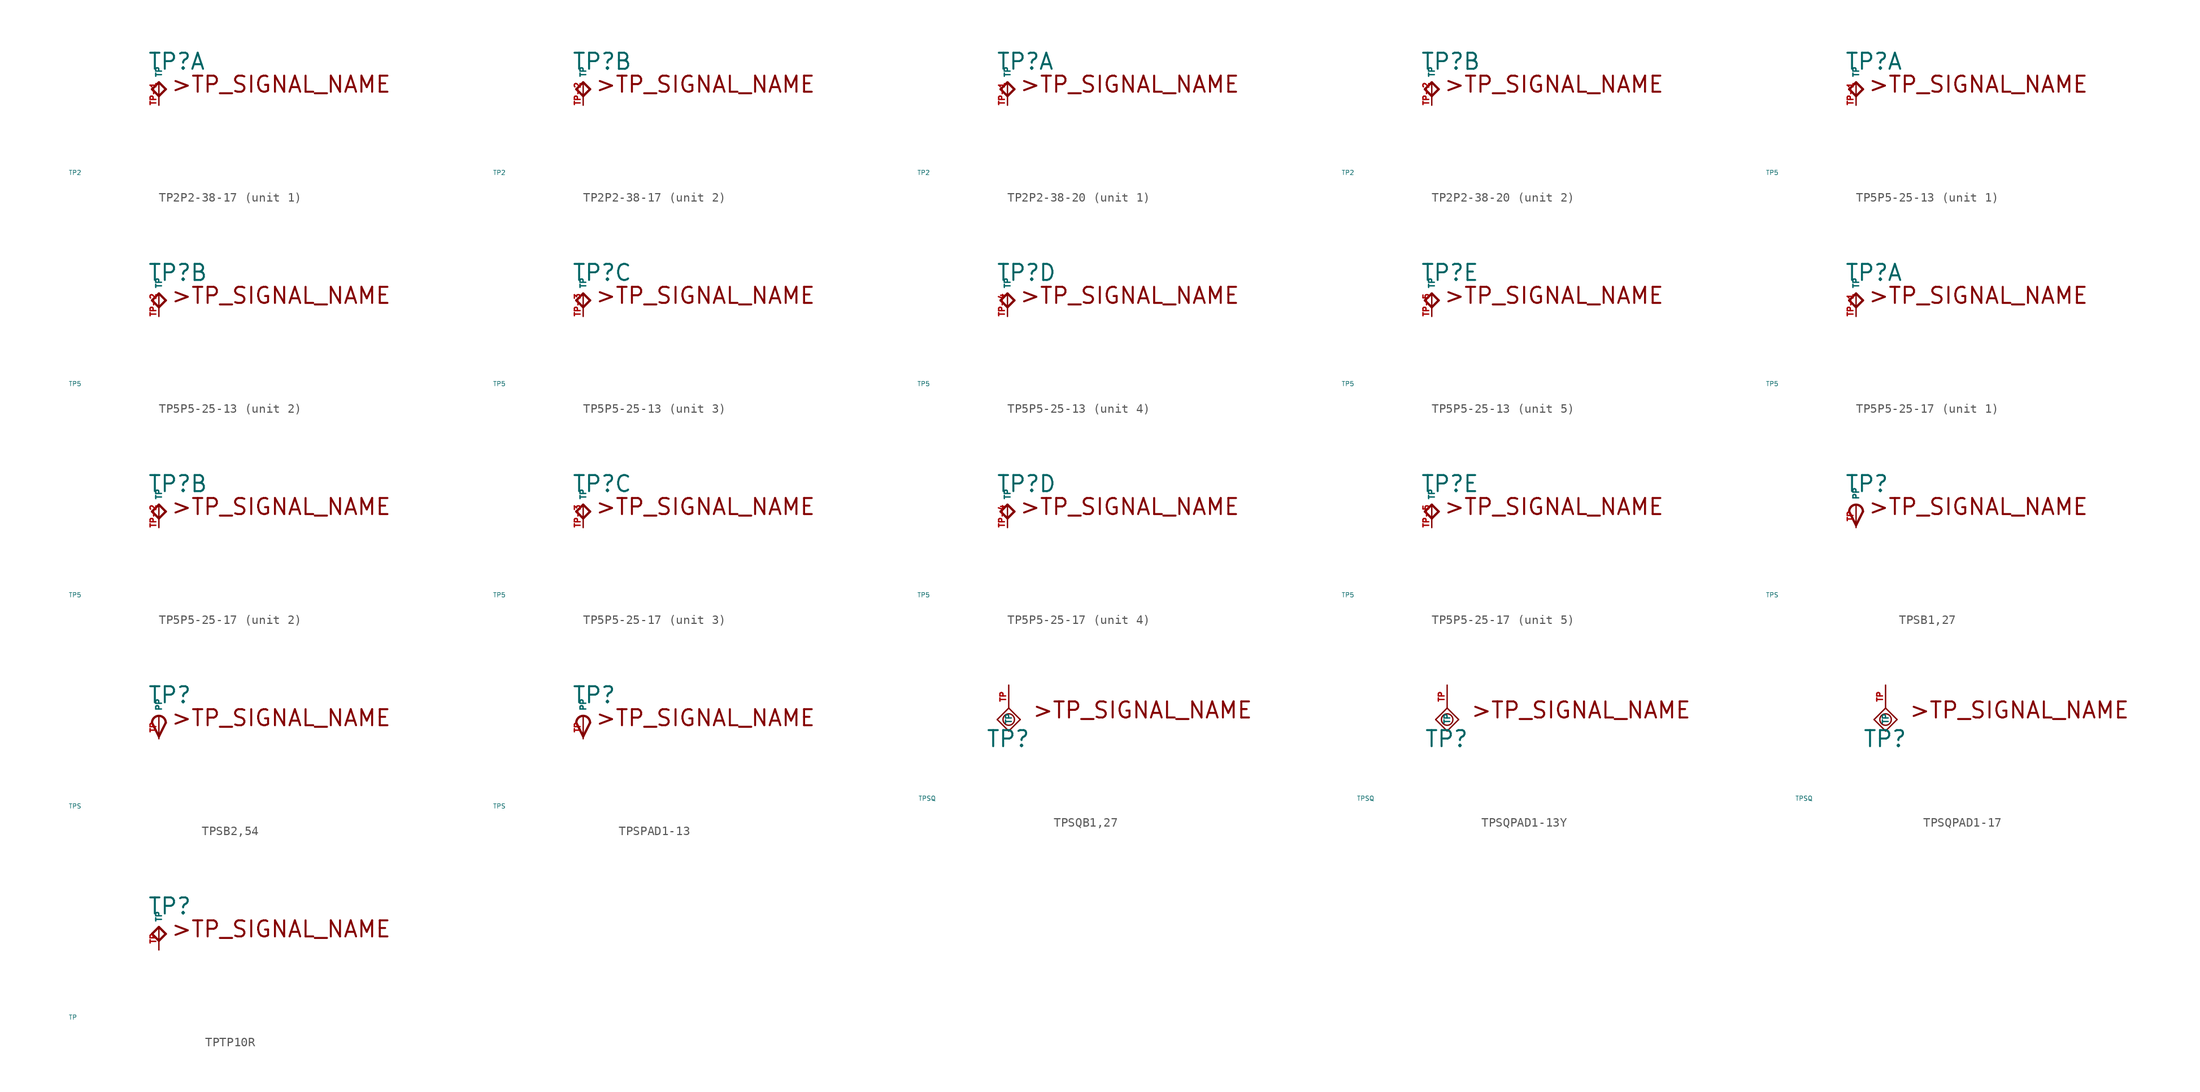
<source format=kicad_sym>
(kicad_symbol_lib
  (version 20220914)
  (generator Eagle2Kicad)
  (symbol "TP2P2-38-17"
    (property "Reference" "TP"
      (at -1.27 1.27 0)
      (effects (font (size 1.778 1.778) (thickness 0.22)) (justify left bottom)))
    (property "Value" "TP2"
      (at -10 -10 0)
      (effects (font (size 0.5 0.5) (thickness 0.06)) (justify left)))
    (symbol "TP2P2-38-17_1_0"
      (polyline (pts (xy -0.762 -0.762) (xy 0 0)) (stroke (width 0.254) (type default)) (fill (type none)))
      (polyline (pts (xy 0 0) (xy 0.762 -0.762)) (stroke (width 0.254) (type default)) (fill (type none)))
      (polyline (pts (xy 0.762 -0.762) (xy 0 -1.524)) (stroke (width 0.254) (type default)) (fill (type none)))
      (polyline (pts (xy 0 -1.524) (xy -0.762 -0.762)) (stroke (width 0.254) (type default)) (fill (type none)))
      (text ">TP_SIGNAL_NAME" (at 1.27 -1.27 0) (effects (font (size 1.778 1.778) (thickness 0.22)) (justify left bottom)))
      (pin input line (at 0 -2.54 90) (length 2.54) (name "TP" (effects (font (size 0.635 0.635) (thickness 0.08)) (justify left bottom))) (number "TP-1" (effects (font (size 0.635 0.635) (thickness 0.08)) (justify left bottom)))))
    (symbol "TP2P2-38-17_2_0"
      (polyline (pts (xy -0.762 -0.762) (xy 0 0)) (stroke (width 0.254) (type default)) (fill (type none)))
      (polyline (pts (xy 0 0) (xy 0.762 -0.762)) (stroke (width 0.254) (type default)) (fill (type none)))
      (polyline (pts (xy 0.762 -0.762) (xy 0 -1.524)) (stroke (width 0.254) (type default)) (fill (type none)))
      (polyline (pts (xy 0 -1.524) (xy -0.762 -0.762)) (stroke (width 0.254) (type default)) (fill (type none)))
      (text ">TP_SIGNAL_NAME" (at 1.27 -1.27 0) (effects (font (size 1.778 1.778) (thickness 0.22)) (justify left bottom)))
      (pin input line (at 0 -2.54 90) (length 2.54) (name "TP" (effects (font (size 0.635 0.635) (thickness 0.08)) (justify left bottom))) (number "TP-2" (effects (font (size 0.635 0.635) (thickness 0.08)) (justify left bottom))))))
  (symbol "TP2P2-38-20"
    (property "Reference" "TP"
      (at -1.27 1.27 0)
      (effects (font (size 1.778 1.778) (thickness 0.22)) (justify left bottom)))
    (property "Value" "TP2"
      (at -10 -10 0)
      (effects (font (size 0.5 0.5) (thickness 0.06)) (justify left)))
    (symbol "TP2P2-38-20_1_0"
      (polyline (pts (xy -0.762 -0.762) (xy 0 0)) (stroke (width 0.254) (type default)) (fill (type none)))
      (polyline (pts (xy 0 0) (xy 0.762 -0.762)) (stroke (width 0.254) (type default)) (fill (type none)))
      (polyline (pts (xy 0.762 -0.762) (xy 0 -1.524)) (stroke (width 0.254) (type default)) (fill (type none)))
      (polyline (pts (xy 0 -1.524) (xy -0.762 -0.762)) (stroke (width 0.254) (type default)) (fill (type none)))
      (text ">TP_SIGNAL_NAME" (at 1.27 -1.27 0) (effects (font (size 1.778 1.778) (thickness 0.22)) (justify left bottom)))
      (pin input line (at 0 -2.54 90) (length 2.54) (name "TP" (effects (font (size 0.635 0.635) (thickness 0.08)) (justify left bottom))) (number "TP-1" (effects (font (size 0.635 0.635) (thickness 0.08)) (justify left bottom)))))
    (symbol "TP2P2-38-20_2_0"
      (polyline (pts (xy -0.762 -0.762) (xy 0 0)) (stroke (width 0.254) (type default)) (fill (type none)))
      (polyline (pts (xy 0 0) (xy 0.762 -0.762)) (stroke (width 0.254) (type default)) (fill (type none)))
      (polyline (pts (xy 0.762 -0.762) (xy 0 -1.524)) (stroke (width 0.254) (type default)) (fill (type none)))
      (polyline (pts (xy 0 -1.524) (xy -0.762 -0.762)) (stroke (width 0.254) (type default)) (fill (type none)))
      (text ">TP_SIGNAL_NAME" (at 1.27 -1.27 0) (effects (font (size 1.778 1.778) (thickness 0.22)) (justify left bottom)))
      (pin input line (at 0 -2.54 90) (length 2.54) (name "TP" (effects (font (size 0.635 0.635) (thickness 0.08)) (justify left bottom))) (number "TP-2" (effects (font (size 0.635 0.635) (thickness 0.08)) (justify left bottom))))))
  (symbol "TP5P5-25-13"
    (property "Reference" "TP"
      (at -1.27 1.27 0)
      (effects (font (size 1.778 1.778) (thickness 0.22)) (justify left bottom)))
    (property "Value" "TP5"
      (at -10 -10 0)
      (effects (font (size 0.5 0.5) (thickness 0.06)) (justify left)))
    (symbol "TP5P5-25-13_1_0"
      (polyline (pts (xy -0.762 -0.762) (xy 0 0)) (stroke (width 0.254) (type default)) (fill (type none)))
      (polyline (pts (xy 0 0) (xy 0.762 -0.762)) (stroke (width 0.254) (type default)) (fill (type none)))
      (polyline (pts (xy 0.762 -0.762) (xy 0 -1.524)) (stroke (width 0.254) (type default)) (fill (type none)))
      (polyline (pts (xy 0 -1.524) (xy -0.762 -0.762)) (stroke (width 0.254) (type default)) (fill (type none)))
      (text ">TP_SIGNAL_NAME" (at 1.27 -1.27 0) (effects (font (size 1.778 1.778) (thickness 0.22)) (justify left bottom)))
      (pin input line (at 0 -2.54 90) (length 2.54) (name "TP" (effects (font (size 0.635 0.635) (thickness 0.08)) (justify left bottom))) (number "TP-1" (effects (font (size 0.635 0.635) (thickness 0.08)) (justify left bottom)))))
    (symbol "TP5P5-25-13_2_0"
      (polyline (pts (xy -0.762 -0.762) (xy 0 0)) (stroke (width 0.254) (type default)) (fill (type none)))
      (polyline (pts (xy 0 0) (xy 0.762 -0.762)) (stroke (width 0.254) (type default)) (fill (type none)))
      (polyline (pts (xy 0.762 -0.762) (xy 0 -1.524)) (stroke (width 0.254) (type default)) (fill (type none)))
      (polyline (pts (xy 0 -1.524) (xy -0.762 -0.762)) (stroke (width 0.254) (type default)) (fill (type none)))
      (text ">TP_SIGNAL_NAME" (at 1.27 -1.27 0) (effects (font (size 1.778 1.778) (thickness 0.22)) (justify left bottom)))
      (pin input line (at 0 -2.54 90) (length 2.54) (name "TP" (effects (font (size 0.635 0.635) (thickness 0.08)) (justify left bottom))) (number "TP-2" (effects (font (size 0.635 0.635) (thickness 0.08)) (justify left bottom)))))
    (symbol "TP5P5-25-13_3_0"
      (polyline (pts (xy -0.762 -0.762) (xy 0 0)) (stroke (width 0.254) (type default)) (fill (type none)))
      (polyline (pts (xy 0 0) (xy 0.762 -0.762)) (stroke (width 0.254) (type default)) (fill (type none)))
      (polyline (pts (xy 0.762 -0.762) (xy 0 -1.524)) (stroke (width 0.254) (type default)) (fill (type none)))
      (polyline (pts (xy 0 -1.524) (xy -0.762 -0.762)) (stroke (width 0.254) (type default)) (fill (type none)))
      (text ">TP_SIGNAL_NAME" (at 1.27 -1.27 0) (effects (font (size 1.778 1.778) (thickness 0.22)) (justify left bottom)))
      (pin input line (at 0 -2.54 90) (length 2.54) (name "TP" (effects (font (size 0.635 0.635) (thickness 0.08)) (justify left bottom))) (number "TP-3" (effects (font (size 0.635 0.635) (thickness 0.08)) (justify left bottom)))))
    (symbol "TP5P5-25-13_4_0"
      (polyline (pts (xy -0.762 -0.762) (xy 0 0)) (stroke (width 0.254) (type default)) (fill (type none)))
      (polyline (pts (xy 0 0) (xy 0.762 -0.762)) (stroke (width 0.254) (type default)) (fill (type none)))
      (polyline (pts (xy 0.762 -0.762) (xy 0 -1.524)) (stroke (width 0.254) (type default)) (fill (type none)))
      (polyline (pts (xy 0 -1.524) (xy -0.762 -0.762)) (stroke (width 0.254) (type default)) (fill (type none)))
      (text ">TP_SIGNAL_NAME" (at 1.27 -1.27 0) (effects (font (size 1.778 1.778) (thickness 0.22)) (justify left bottom)))
      (pin input line (at 0 -2.54 90) (length 2.54) (name "TP" (effects (font (size 0.635 0.635) (thickness 0.08)) (justify left bottom))) (number "TP-4" (effects (font (size 0.635 0.635) (thickness 0.08)) (justify left bottom)))))
    (symbol "TP5P5-25-13_5_0"
      (polyline (pts (xy -0.762 -0.762) (xy 0 0)) (stroke (width 0.254) (type default)) (fill (type none)))
      (polyline (pts (xy 0 0) (xy 0.762 -0.762)) (stroke (width 0.254) (type default)) (fill (type none)))
      (polyline (pts (xy 0.762 -0.762) (xy 0 -1.524)) (stroke (width 0.254) (type default)) (fill (type none)))
      (polyline (pts (xy 0 -1.524) (xy -0.762 -0.762)) (stroke (width 0.254) (type default)) (fill (type none)))
      (text ">TP_SIGNAL_NAME" (at 1.27 -1.27 0) (effects (font (size 1.778 1.778) (thickness 0.22)) (justify left bottom)))
      (pin input line (at 0 -2.54 90) (length 2.54) (name "TP" (effects (font (size 0.635 0.635) (thickness 0.08)) (justify left bottom))) (number "TP-5" (effects (font (size 0.635 0.635) (thickness 0.08)) (justify left bottom))))))
  (symbol "TP5P5-25-17"
    (property "Reference" "TP"
      (at -1.27 1.27 0)
      (effects (font (size 1.778 1.778) (thickness 0.22)) (justify left bottom)))
    (property "Value" "TP5"
      (at -10 -10 0)
      (effects (font (size 0.5 0.5) (thickness 0.06)) (justify left)))
    (symbol "TP5P5-25-17_1_0"
      (polyline (pts (xy -0.762 -0.762) (xy 0 0)) (stroke (width 0.254) (type default)) (fill (type none)))
      (polyline (pts (xy 0 0) (xy 0.762 -0.762)) (stroke (width 0.254) (type default)) (fill (type none)))
      (polyline (pts (xy 0.762 -0.762) (xy 0 -1.524)) (stroke (width 0.254) (type default)) (fill (type none)))
      (polyline (pts (xy 0 -1.524) (xy -0.762 -0.762)) (stroke (width 0.254) (type default)) (fill (type none)))
      (text ">TP_SIGNAL_NAME" (at 1.27 -1.27 0) (effects (font (size 1.778 1.778) (thickness 0.22)) (justify left bottom)))
      (pin input line (at 0 -2.54 90) (length 2.54) (name "TP" (effects (font (size 0.635 0.635) (thickness 0.08)) (justify left bottom))) (number "TP-1" (effects (font (size 0.635 0.635) (thickness 0.08)) (justify left bottom)))))
    (symbol "TP5P5-25-17_2_0"
      (polyline (pts (xy -0.762 -0.762) (xy 0 0)) (stroke (width 0.254) (type default)) (fill (type none)))
      (polyline (pts (xy 0 0) (xy 0.762 -0.762)) (stroke (width 0.254) (type default)) (fill (type none)))
      (polyline (pts (xy 0.762 -0.762) (xy 0 -1.524)) (stroke (width 0.254) (type default)) (fill (type none)))
      (polyline (pts (xy 0 -1.524) (xy -0.762 -0.762)) (stroke (width 0.254) (type default)) (fill (type none)))
      (text ">TP_SIGNAL_NAME" (at 1.27 -1.27 0) (effects (font (size 1.778 1.778) (thickness 0.22)) (justify left bottom)))
      (pin input line (at 0 -2.54 90) (length 2.54) (name "TP" (effects (font (size 0.635 0.635) (thickness 0.08)) (justify left bottom))) (number "TP-2" (effects (font (size 0.635 0.635) (thickness 0.08)) (justify left bottom)))))
    (symbol "TP5P5-25-17_3_0"
      (polyline (pts (xy -0.762 -0.762) (xy 0 0)) (stroke (width 0.254) (type default)) (fill (type none)))
      (polyline (pts (xy 0 0) (xy 0.762 -0.762)) (stroke (width 0.254) (type default)) (fill (type none)))
      (polyline (pts (xy 0.762 -0.762) (xy 0 -1.524)) (stroke (width 0.254) (type default)) (fill (type none)))
      (polyline (pts (xy 0 -1.524) (xy -0.762 -0.762)) (stroke (width 0.254) (type default)) (fill (type none)))
      (text ">TP_SIGNAL_NAME" (at 1.27 -1.27 0) (effects (font (size 1.778 1.778) (thickness 0.22)) (justify left bottom)))
      (pin input line (at 0 -2.54 90) (length 2.54) (name "TP" (effects (font (size 0.635 0.635) (thickness 0.08)) (justify left bottom))) (number "TP-3" (effects (font (size 0.635 0.635) (thickness 0.08)) (justify left bottom)))))
    (symbol "TP5P5-25-17_4_0"
      (polyline (pts (xy -0.762 -0.762) (xy 0 0)) (stroke (width 0.254) (type default)) (fill (type none)))
      (polyline (pts (xy 0 0) (xy 0.762 -0.762)) (stroke (width 0.254) (type default)) (fill (type none)))
      (polyline (pts (xy 0.762 -0.762) (xy 0 -1.524)) (stroke (width 0.254) (type default)) (fill (type none)))
      (polyline (pts (xy 0 -1.524) (xy -0.762 -0.762)) (stroke (width 0.254) (type default)) (fill (type none)))
      (text ">TP_SIGNAL_NAME" (at 1.27 -1.27 0) (effects (font (size 1.778 1.778) (thickness 0.22)) (justify left bottom)))
      (pin input line (at 0 -2.54 90) (length 2.54) (name "TP" (effects (font (size 0.635 0.635) (thickness 0.08)) (justify left bottom))) (number "TP-4" (effects (font (size 0.635 0.635) (thickness 0.08)) (justify left bottom)))))
    (symbol "TP5P5-25-17_5_0"
      (polyline (pts (xy -0.762 -0.762) (xy 0 0)) (stroke (width 0.254) (type default)) (fill (type none)))
      (polyline (pts (xy 0 0) (xy 0.762 -0.762)) (stroke (width 0.254) (type default)) (fill (type none)))
      (polyline (pts (xy 0.762 -0.762) (xy 0 -1.524)) (stroke (width 0.254) (type default)) (fill (type none)))
      (polyline (pts (xy 0 -1.524) (xy -0.762 -0.762)) (stroke (width 0.254) (type default)) (fill (type none)))
      (text ">TP_SIGNAL_NAME" (at 1.27 -1.27 0) (effects (font (size 1.778 1.778) (thickness 0.22)) (justify left bottom)))
      (pin input line (at 0 -2.54 90) (length 2.54) (name "TP" (effects (font (size 0.635 0.635) (thickness 0.08)) (justify left bottom))) (number "TP-5" (effects (font (size 0.635 0.635) (thickness 0.08)) (justify left bottom))))))
  (symbol "TPSB1,27"
    (property "Reference" "TP"
      (at -1.27 1.27 0)
      (effects (font (size 1.778 1.778) (thickness 0.22)) (justify left bottom)))
    (property "Value" "TPS"
      (at -10 -10 0)
      (effects (font (size 0.5 0.5) (thickness 0.06)) (justify left)))
    (polyline
      (pts (xy 0.762 -0.762) (xy 0 -2.286))
      (stroke (width 0.254) (type default))
      (fill (type none)))
    (polyline
      (pts (xy 0 -2.286) (xy -0.762 -0.762))
      (stroke (width 0.254) (type default))
      (fill (type none)))
    (arc
      (start 0.762 -0.762)
      (mid 0.000 0.000)
      (end -0.762 -0.762)
      (stroke (width 0.254) (type default))
      (fill (type none)))
    (text ">TP_SIGNAL_NAME"
      (at 1.27 -1.27 0)
      (effects (font (size 1.778 1.778) (thickness 0.22)) (justify left bottom)))
    (pin input line
      (at 0 -2.54 90)
      (length 2.54)
      (name "PP" (effects (font (size 0.635 0.635) (thickness 0.08)) (justify left bottom)))
      (number "TP" (effects (font (size 0.635 0.635) (thickness 0.08)) (justify left bottom)))))
  (symbol "TPSB2,54"
    (property "Reference" "TP"
      (at -1.27 1.27 0)
      (effects (font (size 1.778 1.778) (thickness 0.22)) (justify left bottom)))
    (property "Value" "TPS"
      (at -10 -10 0)
      (effects (font (size 0.5 0.5) (thickness 0.06)) (justify left)))
    (polyline
      (pts (xy 0.762 -0.762) (xy 0 -2.286))
      (stroke (width 0.254) (type default))
      (fill (type none)))
    (polyline
      (pts (xy 0 -2.286) (xy -0.762 -0.762))
      (stroke (width 0.254) (type default))
      (fill (type none)))
    (arc
      (start 0.762 -0.762)
      (mid 0.000 0.000)
      (end -0.762 -0.762)
      (stroke (width 0.254) (type default))
      (fill (type none)))
    (text ">TP_SIGNAL_NAME"
      (at 1.27 -1.27 0)
      (effects (font (size 1.778 1.778) (thickness 0.22)) (justify left bottom)))
    (pin input line
      (at 0 -2.54 90)
      (length 2.54)
      (name "PP" (effects (font (size 0.635 0.635) (thickness 0.08)) (justify left bottom)))
      (number "TP" (effects (font (size 0.635 0.635) (thickness 0.08)) (justify left bottom)))))
  (symbol "TPSPAD1-13"
    (property "Reference" "TP"
      (at -1.27 1.27 0)
      (effects (font (size 1.778 1.778) (thickness 0.22)) (justify left bottom)))
    (property "Value" "TPS"
      (at -10 -10 0)
      (effects (font (size 0.5 0.5) (thickness 0.06)) (justify left)))
    (polyline
      (pts (xy 0.762 -0.762) (xy 0 -2.286))
      (stroke (width 0.254) (type default))
      (fill (type none)))
    (polyline
      (pts (xy 0 -2.286) (xy -0.762 -0.762))
      (stroke (width 0.254) (type default))
      (fill (type none)))
    (arc
      (start 0.762 -0.762)
      (mid 0.000 0.000)
      (end -0.762 -0.762)
      (stroke (width 0.254) (type default))
      (fill (type none)))
    (text ">TP_SIGNAL_NAME"
      (at 1.27 -1.27 0)
      (effects (font (size 1.778 1.778) (thickness 0.22)) (justify left bottom)))
    (pin input line
      (at 0 -2.54 90)
      (length 2.54)
      (name "PP" (effects (font (size 0.635 0.635) (thickness 0.08)) (justify left bottom)))
      (number "TP" (effects (font (size 0.635 0.635) (thickness 0.08)) (justify left bottom)))))
  (symbol "TPSQB1,27"
    (property "Reference" "TP"
      (at -2.54 -4.445 0)
      (effects (font (size 1.778 1.778) (thickness 0.22)) (justify left bottom)))
    (property "Value" "TPSQ"
      (at -10 -10 0)
      (effects (font (size 0.5 0.5) (thickness 0.06)) (justify left)))
    (polyline
      (pts (xy 0 -2.54) (xy 1.27 -1.27))
      (stroke (width 0.152) (type default))
      (fill (type none)))
    (polyline
      (pts (xy 1.27 -1.27) (xy 0 0))
      (stroke (width 0.152) (type default))
      (fill (type none)))
    (polyline
      (pts (xy 0 0) (xy -1.27 -1.27))
      (stroke (width 0.152) (type default))
      (fill (type none)))
    (polyline
      (pts (xy -1.27 -1.27) (xy 0 -2.54))
      (stroke (width 0.152) (type default))
      (fill (type none)))
    (text ">TP_SIGNAL_NAME"
      (at 2.54 -1.27 0)
      (effects (font (size 1.778 1.778) (thickness 0.22)) (justify left bottom)))
    (circle
      (center 0 -1.27)
      (radius 0.635)
      (stroke (width 0.152) (type default))
      (fill (type none)))
    (pin input line
      (at 0 2.54 270)
      (length 2.54)
      (name "TP" (effects (font (size 0.635 0.635) (thickness 0.08)) (justify left bottom)))
      (number "TP" (effects (font (size 0.635 0.635) (thickness 0.08)) (justify left bottom)))))
  (symbol "TPSQPAD1-13Y"
    (property "Reference" "TP"
      (at -2.54 -4.445 0)
      (effects (font (size 1.778 1.778) (thickness 0.22)) (justify left bottom)))
    (property "Value" "TPSQ"
      (at -10 -10 0)
      (effects (font (size 0.5 0.5) (thickness 0.06)) (justify left)))
    (polyline
      (pts (xy 0 -2.54) (xy 1.27 -1.27))
      (stroke (width 0.152) (type default))
      (fill (type none)))
    (polyline
      (pts (xy 1.27 -1.27) (xy 0 0))
      (stroke (width 0.152) (type default))
      (fill (type none)))
    (polyline
      (pts (xy 0 0) (xy -1.27 -1.27))
      (stroke (width 0.152) (type default))
      (fill (type none)))
    (polyline
      (pts (xy -1.27 -1.27) (xy 0 -2.54))
      (stroke (width 0.152) (type default))
      (fill (type none)))
    (text ">TP_SIGNAL_NAME"
      (at 2.54 -1.27 0)
      (effects (font (size 1.778 1.778) (thickness 0.22)) (justify left bottom)))
    (circle
      (center 0 -1.27)
      (radius 0.635)
      (stroke (width 0.152) (type default))
      (fill (type none)))
    (pin input line
      (at 0 2.54 270)
      (length 2.54)
      (name "TP" (effects (font (size 0.635 0.635) (thickness 0.08)) (justify left bottom)))
      (number "TP" (effects (font (size 0.635 0.635) (thickness 0.08)) (justify left bottom)))))
  (symbol "TPSQPAD1-17"
    (property "Reference" "TP"
      (at -2.54 -4.445 0)
      (effects (font (size 1.778 1.778) (thickness 0.22)) (justify left bottom)))
    (property "Value" "TPSQ"
      (at -10 -10 0)
      (effects (font (size 0.5 0.5) (thickness 0.06)) (justify left)))
    (polyline
      (pts (xy 0 -2.54) (xy 1.27 -1.27))
      (stroke (width 0.152) (type default))
      (fill (type none)))
    (polyline
      (pts (xy 1.27 -1.27) (xy 0 0))
      (stroke (width 0.152) (type default))
      (fill (type none)))
    (polyline
      (pts (xy 0 0) (xy -1.27 -1.27))
      (stroke (width 0.152) (type default))
      (fill (type none)))
    (polyline
      (pts (xy -1.27 -1.27) (xy 0 -2.54))
      (stroke (width 0.152) (type default))
      (fill (type none)))
    (text ">TP_SIGNAL_NAME"
      (at 2.54 -1.27 0)
      (effects (font (size 1.778 1.778) (thickness 0.22)) (justify left bottom)))
    (circle
      (center 0 -1.27)
      (radius 0.635)
      (stroke (width 0.152) (type default))
      (fill (type none)))
    (pin input line
      (at 0 2.54 270)
      (length 2.54)
      (name "TP" (effects (font (size 0.635 0.635) (thickness 0.08)) (justify left bottom)))
      (number "TP" (effects (font (size 0.635 0.635) (thickness 0.08)) (justify left bottom)))))
  (symbol "TPTP10R"
    (property "Reference" "TP"
      (at -1.27 1.27 0)
      (effects (font (size 1.778 1.778) (thickness 0.22)) (justify left bottom)))
    (property "Value" "TP"
      (at -10 -10 0)
      (effects (font (size 0.5 0.5) (thickness 0.06)) (justify left)))
    (polyline
      (pts (xy -0.762 -0.762) (xy 0 0))
      (stroke (width 0.254) (type default))
      (fill (type none)))
    (polyline
      (pts (xy 0 0) (xy 0.762 -0.762))
      (stroke (width 0.254) (type default))
      (fill (type none)))
    (polyline
      (pts (xy 0.762 -0.762) (xy 0 -1.524))
      (stroke (width 0.254) (type default))
      (fill (type none)))
    (polyline
      (pts (xy 0 -1.524) (xy -0.762 -0.762))
      (stroke (width 0.254) (type default))
      (fill (type none)))
    (text ">TP_SIGNAL_NAME"
      (at 1.27 -1.27 0)
      (effects (font (size 1.778 1.778) (thickness 0.22)) (justify left bottom)))
    (pin input line
      (at 0 -2.54 90)
      (length 2.54)
      (name "TP" (effects (font (size 0.635 0.635) (thickness 0.08)) (justify left bottom)))
      (number "TP" (effects (font (size 0.635 0.635) (thickness 0.08)) (justify left bottom))))))
</source>
